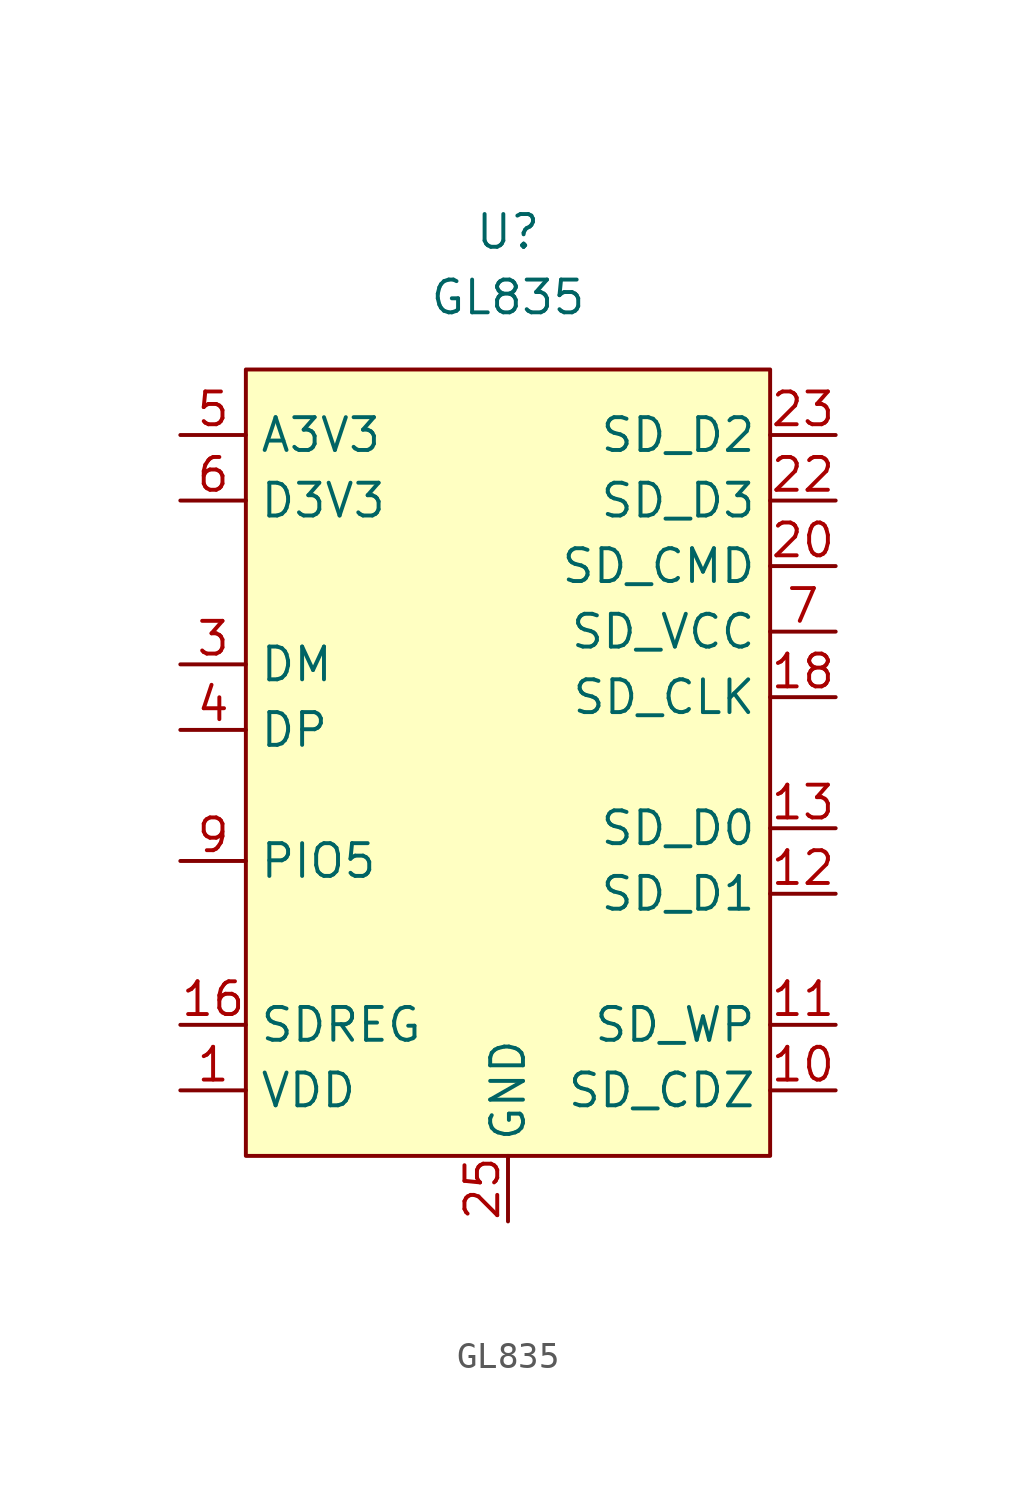
<source format=kicad_sym>
(kicad_symbol_lib
  (version 20231120)
  (generator "kicad_symbol_editor")
  (generator_version "8.0")
  (symbol "GL835"
    (property "Reference" "U"
      (at 0 20.574 0)
      (effects (font (size 1.27 1.27))))
    (property "Value" "GL835"
      (at 0 18.034 0)
      (effects (font (size 1.27 1.27))))
    (symbol "GL835_1_1"
      (rectangle (start -10.16 15.24) (end 10.16 -15.24) (stroke (width 0) (type default)) (fill (type background)))
      (pin power_out line (at -12.7 -12.7 0) (length 2.54) (name "VDD" (effects (font (size 1.27 1.27)))) (number "1" (effects (font (size 1.27 1.27)))))
      (pin input line (at 12.7 -12.7 180) (length 2.54) (name "SD_CDZ" (effects (font (size 1.27 1.27)))) (number "10" (effects (font (size 1.27 1.27)))))
      (pin input line (at 12.7 -10.16 180) (length 2.54) (name "SD_WP" (effects (font (size 1.27 1.27)))) (number "11" (effects (font (size 1.27 1.27)))))
      (pin bidirectional line (at 12.7 -5.08 180) (length 2.54) (name "SD_D1" (effects (font (size 1.27 1.27)))) (number "12" (effects (font (size 1.27 1.27)))))
      (pin bidirectional line (at 12.7 -2.54 180) (length 2.54) (name "SD_D0" (effects (font (size 1.27 1.27)))) (number "13" (effects (font (size 1.27 1.27)))))
      (pin no_connect line (at -8.89 -17.78 90) (length 2.54) hide (name "NC" (effects (font (size 1.27 1.27)))) (number "14" (effects (font (size 1.27 1.27)))))
      (pin no_connect line (at -8.89 -17.78 90) (length 2.54) hide (name "NC" (effects (font (size 1.27 1.27)))) (number "15" (effects (font (size 1.27 1.27)))))
      (pin power_out line (at -12.7 -10.16 0) (length 2.54) (name "SDREG" (effects (font (size 1.27 1.27)))) (number "16" (effects (font (size 1.27 1.27)))))
      (pin no_connect line (at -8.89 -17.78 90) (length 2.54) hide (name "NC" (effects (font (size 1.27 1.27)))) (number "17" (effects (font (size 1.27 1.27)))))
      (pin output line (at 12.7 2.54 180) (length 2.54) (name "SD_CLK" (effects (font (size 1.27 1.27)))) (number "18" (effects (font (size 1.27 1.27)))))
      (pin no_connect line (at -8.89 -17.78 90) (length 2.54) hide (name "NC" (effects (font (size 1.27 1.27)))) (number "19" (effects (font (size 1.27 1.27)))))
      (pin no_connect line (at -8.89 -17.78 90) (length 2.54) hide (name "NC" (effects (font (size 1.27 1.27)))) (number "2" (effects (font (size 1.27 1.27)))))
      (pin bidirectional line (at 12.7 7.62 180) (length 2.54) (name "SD_CMD" (effects (font (size 1.27 1.27)))) (number "20" (effects (font (size 1.27 1.27)))))
      (pin no_connect line (at -8.89 -17.78 90) (length 2.54) hide (name "NC" (effects (font (size 1.27 1.27)))) (number "21" (effects (font (size 1.27 1.27)))))
      (pin bidirectional line (at 12.7 10.16 180) (length 2.54) (name "SD_D3" (effects (font (size 1.27 1.27)))) (number "22" (effects (font (size 1.27 1.27)))))
      (pin bidirectional line (at 12.7 12.7 180) (length 2.54) (name "SD_D2" (effects (font (size 1.27 1.27)))) (number "23" (effects (font (size 1.27 1.27)))))
      (pin no_connect line (at -8.89 -17.78 90) (length 2.54) hide (name "NC" (effects (font (size 1.27 1.27)))) (number "24" (effects (font (size 1.27 1.27)))))
      (pin power_in line (at 0 -17.78 90) (length 2.54) (name "GND" (effects (font (size 1.27 1.27)))) (number "25" (effects (font (size 1.27 1.27)))))
      (pin bidirectional line (at -12.7 3.81 0) (length 2.54) (name "DM" (effects (font (size 1.27 1.27)))) (number "3" (effects (font (size 1.27 1.27)))))
      (pin bidirectional line (at -12.7 1.27 0) (length 2.54) (name "DP" (effects (font (size 1.27 1.27)))) (number "4" (effects (font (size 1.27 1.27)))))
      (pin power_in line (at -12.7 12.7 0) (length 2.54) (name "A3V3" (effects (font (size 1.27 1.27)))) (number "5" (effects (font (size 1.27 1.27)))))
      (pin power_in line (at -12.7 10.16 0) (length 2.54) (name "D3V3" (effects (font (size 1.27 1.27)))) (number "6" (effects (font (size 1.27 1.27)))))
      (pin power_out line (at 12.7 5.08 180) (length 2.54) (name "SD_VCC" (effects (font (size 1.27 1.27)))) (number "7" (effects (font (size 1.27 1.27)))))
      (pin no_connect line (at -8.89 -17.78 90) (length 2.54) hide (name "NC" (effects (font (size 1.27 1.27)))) (number "8" (effects (font (size 1.27 1.27)))))
      (pin input line (at -12.7 -3.81 0) (length 2.54) (name "PIO5" (effects (font (size 1.27 1.27)))) (number "9" (effects (font (size 1.27 1.27))))))))
</source>
